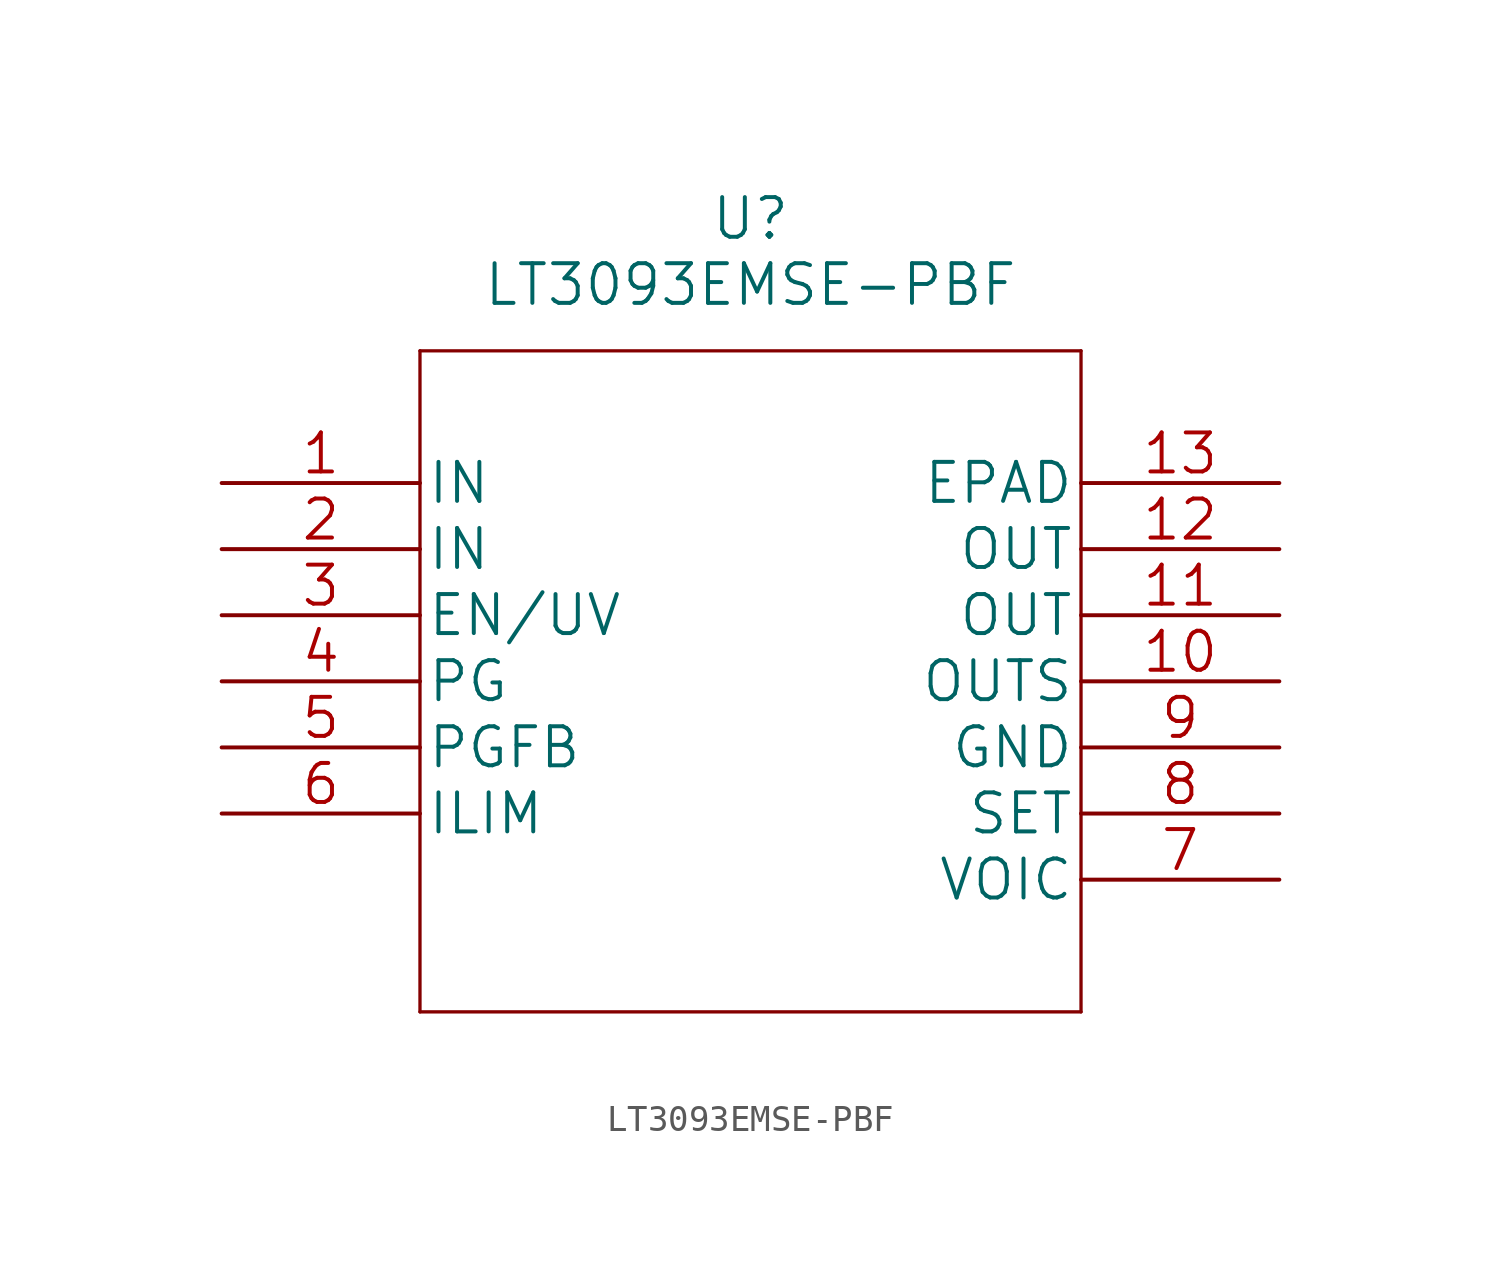
<source format=kicad_sym>
(kicad_symbol_lib
  (version 20211014)
  (generator kicad_symbol_editor)
  (symbol "LT3093EMSE-PBF"
    (pin_names
      (offset 0.254))
    (property "Reference" "U"
      (at 20.32 10.16 0)
      (effects (font (size 1.524 1.524))))
    (property "Value" "LT3093EMSE-PBF"
      (at 20.32 7.62 0)
      (effects (font (size 1.524 1.524))))
    (property "Datasheet" ""
      (at 0 0 0)
      (effects (font (size 1.524 1.524))))
    (symbol "LT3093EMSE-PBF_1_1"
      (polyline (pts (xy 7.62 -20.32) (xy 33.02 -20.32)) (stroke (width 0.127) (type default) (color 0 0 0 0)) (fill (type none)))
      (polyline (pts (xy 7.62 5.08) (xy 7.62 -20.32)) (stroke (width 0.127) (type default) (color 0 0 0 0)) (fill (type none)))
      (polyline (pts (xy 33.02 -20.32) (xy 33.02 5.08)) (stroke (width 0.127) (type default) (color 0 0 0 0)) (fill (type none)))
      (polyline (pts (xy 33.02 5.08) (xy 7.62 5.08)) (stroke (width 0.127) (type default) (color 0 0 0 0)) (fill (type none)))
      (pin power_in line (at 0 0 0) (length 7.62) (name "IN" (effects (font (size 1.499 1.499)))) (number "1" (effects (font (size 1.499 1.499)))))
      (pin input line (at 40.64 -7.62 180) (length 7.62) (name "OUTS" (effects (font (size 1.499 1.499)))) (number "10" (effects (font (size 1.499 1.499)))))
      (pin power_out line (at 40.64 -5.08 180) (length 7.62) (name "OUT" (effects (font (size 1.499 1.499)))) (number "11" (effects (font (size 1.499 1.499)))))
      (pin power_out line (at 40.64 -2.54 180) (length 7.62) (name "OUT" (effects (font (size 1.499 1.499)))) (number "12" (effects (font (size 1.499 1.499)))))
      (pin power_in line (at 40.64 0 180) (length 7.62) (name "EPAD" (effects (font (size 1.499 1.499)))) (number "13" (effects (font (size 1.499 1.499)))))
      (pin power_in line (at 0 -2.54 0) (length 7.62) (name "IN" (effects (font (size 1.499 1.499)))) (number "2" (effects (font (size 1.499 1.499)))))
      (pin input line (at 0 -5.08 0) (length 7.62) (name "EN/UV" (effects (font (size 1.499 1.499)))) (number "3" (effects (font (size 1.499 1.499)))))
      (pin input line (at 0 -7.62 0) (length 7.62) (name "PG" (effects (font (size 1.499 1.499)))) (number "4" (effects (font (size 1.499 1.499)))))
      (pin input line (at 0 -10.16 0) (length 7.62) (name "PGFB" (effects (font (size 1.499 1.499)))) (number "5" (effects (font (size 1.499 1.499)))))
      (pin input line (at 0 -12.7 0) (length 7.62) (name "ILIM" (effects (font (size 1.499 1.499)))) (number "6" (effects (font (size 1.499 1.499)))))
      (pin input line (at 40.64 -15.24 180) (length 7.62) (name "VOIC" (effects (font (size 1.499 1.499)))) (number "7" (effects (font (size 1.499 1.499)))))
      (pin input line (at 40.64 -12.7 180) (length 7.62) (name "SET" (effects (font (size 1.499 1.499)))) (number "8" (effects (font (size 1.499 1.499)))))
      (pin power_in line (at 40.64 -10.16 180) (length 7.62) (name "GND" (effects (font (size 1.499 1.499)))) (number "9" (effects (font (size 1.499 1.499))))))))
</source>
